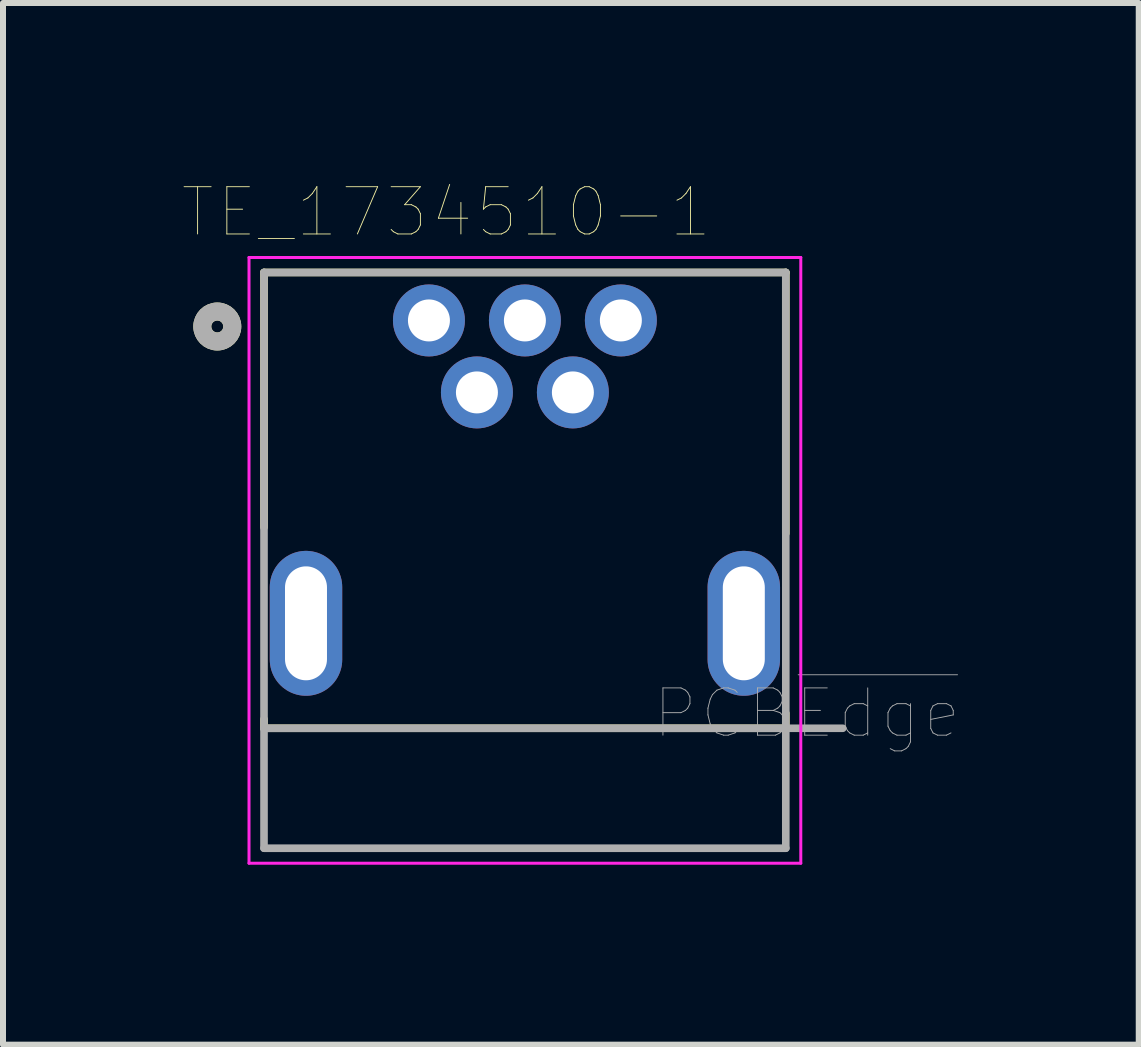
<source format=kicad_pcb>
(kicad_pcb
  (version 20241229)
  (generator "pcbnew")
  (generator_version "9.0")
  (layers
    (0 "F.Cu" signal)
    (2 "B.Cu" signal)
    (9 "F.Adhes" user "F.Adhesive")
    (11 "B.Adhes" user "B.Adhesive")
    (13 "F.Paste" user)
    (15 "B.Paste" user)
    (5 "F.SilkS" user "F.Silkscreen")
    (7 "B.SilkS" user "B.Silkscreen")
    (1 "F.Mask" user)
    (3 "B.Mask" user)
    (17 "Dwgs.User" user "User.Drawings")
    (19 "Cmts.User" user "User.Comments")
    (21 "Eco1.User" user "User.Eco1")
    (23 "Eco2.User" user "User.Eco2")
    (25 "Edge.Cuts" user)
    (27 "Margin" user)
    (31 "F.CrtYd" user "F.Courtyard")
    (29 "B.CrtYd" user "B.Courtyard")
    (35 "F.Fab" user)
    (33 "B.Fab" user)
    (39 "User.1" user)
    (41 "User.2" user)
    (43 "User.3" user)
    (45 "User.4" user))
  (footprint "TE_1734510-1"
    (layer "F.Cu")
    (at 5.702 7.343)
    (property "Reference" "TE_1734510-1" (at -1.311 -6.856 0) (layer "F.SilkS") (effects (font (size 0.788 0.788) (thickness 0.015))))
    (attr through_hole)
    (fp_line (start -4.35 -5.85) (end 4.35 -5.85) (stroke (width 0.127) (type solid)) (layer "F.SilkS"))
    (fp_line (start -4.35 -1.6) (end -4.35 -5.85) (stroke (width 0.127) (type solid)) (layer "F.SilkS"))
    (fp_line (start -4.35 1.75) (end -4.35 1.6) (stroke (width 0.127) (type solid)) (layer "F.SilkS"))
    (fp_line (start 4.35 -5.85) (end 4.35 -1.5) (stroke (width 0.127) (type solid)) (layer "F.SilkS"))
    (fp_line (start 4.35 1.5) (end 4.35 1.75) (stroke (width 0.127) (type solid)) (layer "F.SilkS"))
    (fp_line (start 4.35 1.75) (end -4.35 1.75) (stroke (width 0.127) (type solid)) (layer "F.SilkS"))
    (fp_circle (center -5.129 -4.949) (end -5.029 -4.949) (stroke (width 0.3) (type solid)) (fill no) (layer "F.SilkS"))
    (fp_line (start -4.6 -6.1) (end 4.6 -6.1) (stroke (width 0.05) (type solid)) (layer "F.CrtYd"))
    (fp_line (start -4.6 4) (end -4.6 -6.1) (stroke (width 0.05) (type solid)) (layer "F.CrtYd"))
    (fp_line (start 4.6 -6.1) (end 4.6 4) (stroke (width 0.05) (type solid)) (layer "F.CrtYd"))
    (fp_line (start 4.6 4) (end -4.6 4) (stroke (width 0.05) (type solid)) (layer "F.CrtYd"))
    (fp_line (start -4.35 -5.85) (end 4.35 -5.85) (stroke (width 0.127) (type solid)) (layer "F.Fab"))
    (fp_line (start -4.35 1.75) (end -4.35 -5.85) (stroke (width 0.127) (type solid)) (layer "F.Fab"))
    (fp_line (start -4.35 3.75) (end -4.35 1.75) (stroke (width 0.127) (type solid)) (layer "F.Fab"))
    (fp_line (start 4.35 -5.85) (end 4.35 1.75) (stroke (width 0.127) (type solid)) (layer "F.Fab"))
    (fp_line (start 4.35 1.75) (end -4.35 1.75) (stroke (width 0.127) (type solid)) (layer "F.Fab"))
    (fp_line (start 4.35 1.75) (end 4.35 3.75) (stroke (width 0.127) (type solid)) (layer "F.Fab"))
    (fp_line (start 4.35 1.75) (end 5.3 1.75) (stroke (width 0.127) (type solid)) (layer "F.Fab"))
    (fp_line (start 4.35 3.75) (end -4.35 3.75) (stroke (width 0.127) (type solid)) (layer "F.Fab"))
    (fp_circle (center -5.129 -4.949) (end -5.029 -4.949) (stroke (width 0.3) (type solid)) (fill no) (layer "F.Fab"))
    (fp_text user "PCB~{Edge}" (at 4.703 1.501 0) (layer "F.Fab") (effects (font (size 0.788 0.788) (thickness 0.015))))
    (pad "1" thru_hole circle (at -1.6 -5.05) (size 1.2 1.2) (drill 0.7) (layers "*.Cu" "*.Mask"))
    (pad "2" thru_hole circle (at -0.8 -3.85) (size 1.2 1.2) (drill 0.7) (layers "*.Cu" "*.Mask"))
    (pad "3" thru_hole circle (at 0 -5.05) (size 1.2 1.2) (drill 0.7) (layers "*.Cu" "*.Mask"))
    (pad "4" thru_hole circle (at 0.8 -3.85) (size 1.2 1.2) (drill 0.7) (layers "*.Cu" "*.Mask"))
    (pad "5" thru_hole circle (at 1.6 -5.05) (size 1.2 1.2) (drill 0.7) (layers "*.Cu" "*.Mask"))
    (pad "6" thru_hole oval (at -3.65 0) (size 1.208 2.416) (drill oval 0.7 1.9) (layers "*.Cu" "*.Mask"))
    (pad "6" thru_hole oval (at 3.65 0) (size 1.208 2.416) (drill oval 0.7 1.9) (layers "*.Cu" "*.Mask")))
  (gr_rect
    (start -3 -3)
    (end 15.937 14.368)
    (stroke (width 0.1) (type default))
    (fill no)
    (layer "Edge.Cuts")))
</source>
